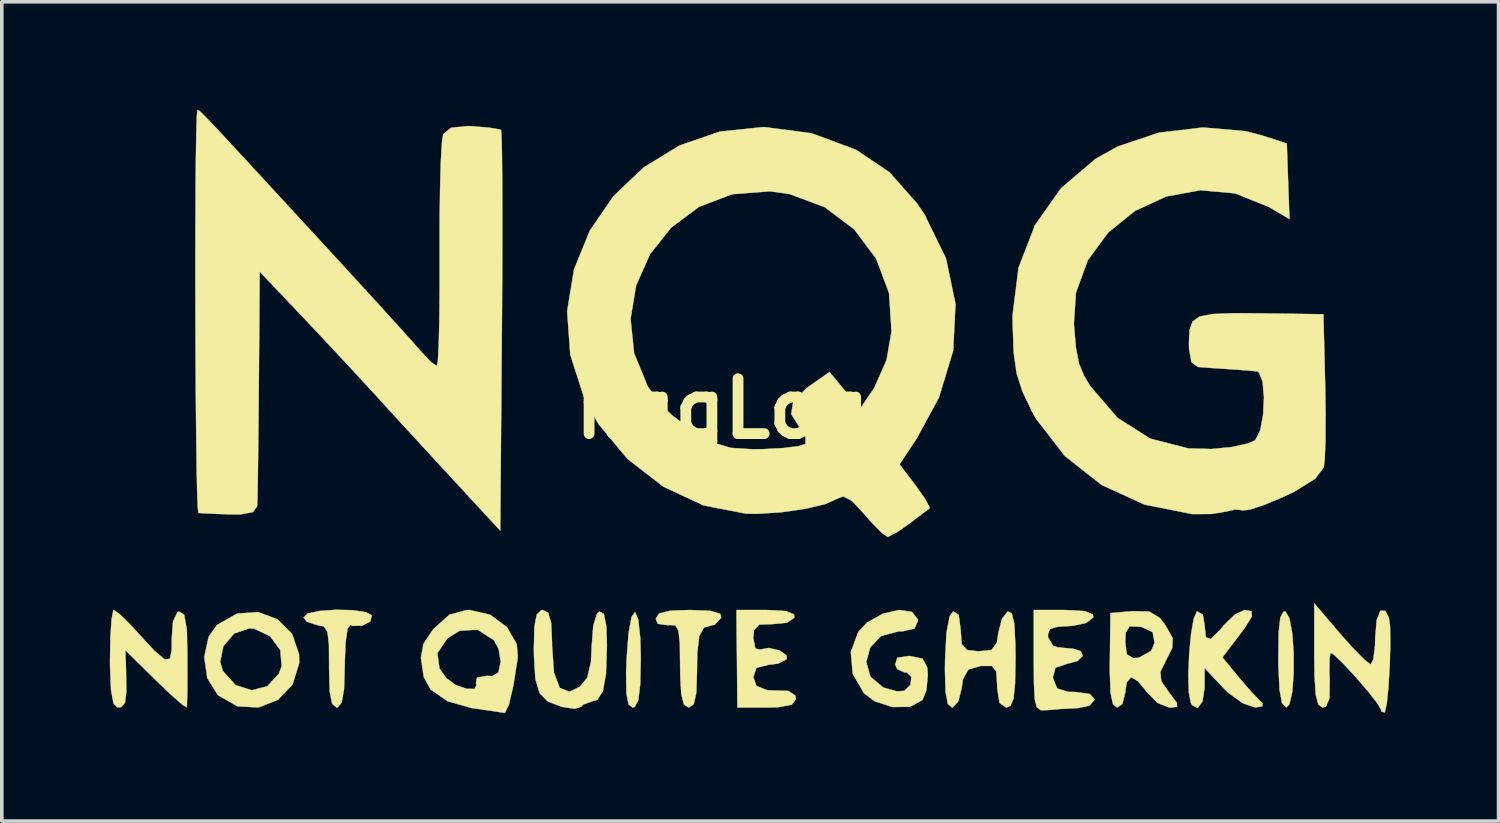
<source format=kicad_pcb>
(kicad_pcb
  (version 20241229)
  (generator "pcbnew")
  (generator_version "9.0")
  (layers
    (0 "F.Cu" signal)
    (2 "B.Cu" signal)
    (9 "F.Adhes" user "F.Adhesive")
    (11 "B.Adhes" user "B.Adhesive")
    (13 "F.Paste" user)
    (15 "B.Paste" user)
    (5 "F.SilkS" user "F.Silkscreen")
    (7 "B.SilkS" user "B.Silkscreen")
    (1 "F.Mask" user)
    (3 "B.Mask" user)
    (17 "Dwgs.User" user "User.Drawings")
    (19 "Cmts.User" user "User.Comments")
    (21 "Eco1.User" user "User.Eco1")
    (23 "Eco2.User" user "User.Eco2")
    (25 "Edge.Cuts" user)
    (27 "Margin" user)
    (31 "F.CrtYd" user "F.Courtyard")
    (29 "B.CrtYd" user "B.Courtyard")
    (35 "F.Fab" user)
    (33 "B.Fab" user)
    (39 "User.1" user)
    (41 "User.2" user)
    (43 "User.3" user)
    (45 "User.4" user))
  (footprint "nqgLogo"
    (layer "F.Cu")
    (at 17.7 8.302)
    (property "Reference" "nqgLogo" (at 0 0 0) (layer "F.SilkS") (effects (font (size 1.524 1.524) (thickness 0.3))))
    (attr through_hole)
    (fp_poly (pts (xy -3.027 5.846) (xy -2.969 6.371) (xy -2.955 6.941) (xy -2.972 7.664) (xy -3.025 8.095) (xy -3.123 8.281) (xy -3.179 8.297) (xy -3.294 8.21) (xy -3.353 7.913) (xy -3.362 7.355) (xy -3.351 6.999) (xy -3.295 6.228) (xy -3.209 5.777) (xy -3.114 5.648) (xy -3.027 5.846)) (stroke (width 0.01) (type solid)) (fill yes) (layer "F.SilkS"))
    (fp_poly (pts (xy 15.06 5.821) (xy 15.136 6.235) (xy 15.175 6.779) (xy 15.175 7.353) (xy 15.137 7.861) (xy 15.058 8.205) (xy 14.97 8.297) (xy 14.854 8.179) (xy 14.783 7.801) (xy 14.752 7.128) (xy 14.75 6.93) (xy 14.76 6.213) (xy 14.806 5.794) (xy 14.895 5.632) (xy 14.948 5.632) (xy 15.06 5.821)) (stroke (width 0.01) (type solid)) (fill yes) (layer "F.SilkS"))
    (fp_poly (pts (xy -1.024 5.612) (xy -0.751 5.692) (xy -0.72 5.8) (xy -0.902 5.997) (xy -0.974 6.011) (xy -1.199 6.075) (xy -1.33 6.308) (xy -1.387 6.771) (xy -1.394 7.277) (xy -1.412 7.878) (xy -1.483 8.2) (xy -1.62 8.297) (xy -1.625 8.297) (xy -1.757 8.212) (xy -1.832 7.918) (xy -1.861 7.36) (xy -1.863 7.122) (xy -1.871 6.506) (xy -1.908 6.16) (xy -1.997 6.016) (xy -2.157 6.004) (xy -2.201 6.011) (xy -2.484 5.971) (xy -2.54 5.832) (xy -2.447 5.684) (xy -2.131 5.608) (xy -1.595 5.588) (xy -1.024 5.612)) (stroke (width 0.01) (type solid)) (fill yes) (layer "F.SilkS"))
    (fp_poly (pts (xy -10.952 5.593) (xy -10.581 5.652) (xy -10.425 5.74) (xy -10.466 5.905) (xy -10.695 6.023) (xy -10.962 6.029) (xy -11.022 6.002) (xy -11.099 6.107) (xy -11.153 6.481) (xy -11.176 7.054) (xy -11.176 7.102) (xy -11.195 7.776) (xy -11.26 8.158) (xy -11.377 8.295) (xy -11.399 8.297) (xy -11.526 8.193) (xy -11.594 7.851) (xy -11.611 7.222) (xy -11.611 7.154) (xy -11.615 6.544) (xy -11.656 6.198) (xy -11.754 6.045) (xy -11.924 6.011) (xy -12.227 5.915) (xy -12.319 5.799) (xy -12.212 5.688) (xy -11.876 5.614) (xy -11.42 5.582) (xy -10.952 5.593)) (stroke (width 0.01) (type solid)) (fill yes) (layer "F.SilkS"))
    (fp_poly (pts (xy -13.046 5.846) (xy -12.64 6.249) (xy -12.445 6.819) (xy -12.441 7.061) (xy -12.626 7.659) (xy -13.031 8.082) (xy -13.57 8.294) (xy -14.155 8.263) (xy -14.7 7.952) (xy -14.7 7.952) (xy -14.993 7.479) (xy -15.059 7.025) (xy -14.637 7.025) (xy -14.564 7.28) (xy -14.205 7.676) (xy -13.76 7.816) (xy -13.327 7.706) (xy -13.004 7.355) (xy -12.928 7.148) (xy -12.967 6.698) (xy -13.25 6.316) (xy -13.685 6.108) (xy -13.823 6.096) (xy -14.247 6.239) (xy -14.544 6.588) (xy -14.637 7.025) (xy -15.059 7.025) (xy -15.078 6.892) (xy -14.954 6.327) (xy -14.726 6.006) (xy -14.168 5.688) (xy -13.581 5.647) (xy -13.046 5.846)) (stroke (width 0.01) (type solid)) (fill yes) (layer "F.SilkS"))
    (fp_poly (pts (xy 1.071 5.617) (xy 1.301 5.709) (xy 1.31 5.8) (xy 1.105 5.941) (xy 0.706 5.98) (xy 0.703 5.979) (xy 0.331 5.994) (xy 0.188 6.149) (xy 0.169 6.37) (xy 0.225 6.653) (xy 0.34 6.688) (xy 0.602 6.642) (xy 0.9 6.713) (xy 1.092 6.852) (xy 1.093 6.955) (xy 0.866 7.076) (xy 0.583 7.112) (xy 0.256 7.195) (xy 0.169 7.451) (xy 0.256 7.696) (xy 0.555 7.817) (xy 1.125 7.835) (xy 1.143 7.835) (xy 1.334 7.962) (xy 1.355 8.062) (xy 1.237 8.217) (xy 0.853 8.289) (xy 0.541 8.297) (xy -0.272 8.297) (xy -0.285 6.943) (xy -0.298 5.588) (xy 0.542 5.588) (xy 1.071 5.617)) (stroke (width 0.01) (type solid)) (fill yes) (layer "F.SilkS"))
    (fp_poly (pts (xy -5.524 5.667) (xy -5.445 5.948) (xy -5.419 6.493) (xy -5.419 6.583) (xy -5.366 7.327) (xy -5.206 7.751) (xy -4.937 7.858) (xy -4.647 7.719) (xy -4.439 7.463) (xy -4.339 7.031) (xy -4.318 6.591) (xy -4.274 6.015) (xy -4.165 5.681) (xy -4.102 5.629) (xy -3.978 5.7) (xy -3.911 6.043) (xy -3.895 6.576) (xy -3.921 7.356) (xy -4.007 7.844) (xy -4.165 8.084) (xy -4.322 8.128) (xy -4.565 8.219) (xy -4.6 8.27) (xy -4.783 8.331) (xy -5.144 8.279) (xy -5.15 8.277) (xy -5.534 8.13) (xy -5.766 7.896) (xy -5.883 7.497) (xy -5.922 6.858) (xy -5.924 6.646) (xy -5.908 6.043) (xy -5.844 5.713) (xy -5.719 5.593) (xy -5.673 5.588) (xy -5.524 5.667)) (stroke (width 0.01) (type solid)) (fill yes) (layer "F.SilkS"))
    (fp_poly (pts (xy 9.364 5.618) (xy 9.602 5.713) (xy 9.612 5.794) (xy 9.411 5.949) (xy 9.047 6.026) (xy 8.607 6.056) (xy 8.409 6.115) (xy 8.356 6.248) (xy 8.354 6.35) (xy 8.492 6.582) (xy 8.622 6.624) (xy 9.065 6.667) (xy 9.265 6.733) (xy 9.316 6.853) (xy 9.317 6.858) (xy 9.177 7.002) (xy 8.885 7.082) (xy 8.562 7.189) (xy 8.492 7.448) (xy 8.499 7.505) (xy 8.609 7.767) (xy 8.903 7.861) (xy 9.102 7.865) (xy 9.514 7.919) (xy 9.652 8.076) (xy 9.504 8.244) (xy 9.186 8.311) (xy 8.678 8.338) (xy 8.34 8.368) (xy 8.154 8.371) (xy 8.041 8.286) (xy 7.983 8.048) (xy 7.962 7.591) (xy 7.959 6.999) (xy 7.959 5.588) (xy 8.819 5.588) (xy 9.364 5.618)) (stroke (width 0.01) (type solid)) (fill yes) (layer "F.SilkS"))
    (fp_poly (pts (xy 14.006 5.623) (xy 14.015 5.766) (xy 13.825 6.075) (xy 13.626 6.342) (xy 13.197 6.904) (xy 13.666 7.474) (xy 13.994 7.855) (xy 14.252 8.122) (xy 14.306 8.168) (xy 14.305 8.263) (xy 14.106 8.295) (xy 13.764 8.178) (xy 13.355 7.882) (xy 13.217 7.747) (xy 12.702 7.197) (xy 12.701 7.747) (xy 12.643 8.13) (xy 12.509 8.309) (xy 12.351 8.225) (xy 12.321 8.17) (xy 12.264 7.873) (xy 12.251 7.386) (xy 12.274 6.814) (xy 12.326 6.262) (xy 12.399 5.833) (xy 12.488 5.631) (xy 12.494 5.629) (xy 12.654 5.714) (xy 12.7 5.997) (xy 12.737 6.344) (xy 12.869 6.395) (xy 13.126 6.149) (xy 13.238 6.011) (xy 13.543 5.714) (xy 13.811 5.588) (xy 13.813 5.588) (xy 14.006 5.623)) (stroke (width 0.01) (type solid)) (fill yes) (layer "F.SilkS"))
    (fp_poly (pts (xy -17.425 5.704) (xy -17.123 6.001) (xy -16.911 6.233) (xy -16.457 6.726) (xy -16.176 6.96) (xy -16.029 6.942) (xy -15.979 6.679) (xy -15.981 6.403) (xy -15.946 5.905) (xy -15.819 5.645) (xy -15.79 5.63) (xy -15.634 5.72) (xy -15.563 6.128) (xy -15.559 6.209) (xy -15.549 6.74) (xy -15.546 7.326) (xy -15.549 7.856) (xy -15.558 8.214) (xy -15.565 8.291) (xy -15.681 8.221) (xy -15.975 7.965) (xy -16.384 7.576) (xy -16.424 7.537) (xy -17.269 6.704) (xy -17.249 7.289) (xy -17.241 7.857) (xy -17.28 8.163) (xy -17.383 8.283) (xy -17.484 8.297) (xy -17.599 8.181) (xy -17.667 7.808) (xy -17.695 7.143) (xy -17.695 6.943) (xy -17.683 6.314) (xy -17.651 5.84) (xy -17.604 5.602) (xy -17.589 5.588) (xy -17.425 5.704)) (stroke (width 0.01) (type solid)) (fill yes) (layer "F.SilkS"))
    (fp_poly (pts (xy 4.572 5.639) (xy 4.739 5.846) (xy 4.741 5.886) (xy 4.646 6.103) (xy 4.314 6.18) (xy 4.198 6.182) (xy 3.722 6.308) (xy 3.416 6.625) (xy 3.307 7.034) (xy 3.421 7.44) (xy 3.782 7.743) (xy 4.155 7.845) (xy 4.36 7.834) (xy 4.535 7.667) (xy 4.559 7.443) (xy 4.429 7.32) (xy 4.37 7.324) (xy 4.164 7.226) (xy 4.111 7.106) (xy 4.167 6.914) (xy 4.49 6.866) (xy 4.524 6.867) (xy 4.868 6.938) (xy 4.999 7.181) (xy 5.017 7.381) (xy 4.978 7.812) (xy 4.869 8.086) (xy 4.525 8.275) (xy 4.039 8.283) (xy 3.544 8.124) (xy 3.247 7.905) (xy 2.931 7.36) (xy 2.878 6.754) (xy 3.084 6.198) (xy 3.325 5.939) (xy 3.769 5.69) (xy 4.217 5.589) (xy 4.572 5.639)) (stroke (width 0.01) (type solid)) (fill yes) (layer "F.SilkS"))
    (fp_poly (pts (xy 16.468 6.247) (xy 16.854 6.679) (xy 17.161 6.987) (xy 17.314 7.1) (xy 17.39 6.956) (xy 17.435 6.579) (xy 17.441 6.35) (xy 17.482 5.867) (xy 17.585 5.607) (xy 17.721 5.614) (xy 17.821 5.8) (xy 17.854 6.072) (xy 17.86 6.553) (xy 17.844 7.134) (xy 17.809 7.711) (xy 17.763 8.176) (xy 17.708 8.423) (xy 17.7 8.434) (xy 17.612 8.404) (xy 17.609 8.368) (xy 17.504 8.184) (xy 17.243 7.851) (xy 16.903 7.456) (xy 16.563 7.088) (xy 16.301 6.835) (xy 16.204 6.773) (xy 16.172 6.925) (xy 16.169 7.307) (xy 16.177 7.535) (xy 16.17 8.041) (xy 16.073 8.27) (xy 15.982 8.297) (xy 15.863 8.218) (xy 15.79 7.947) (xy 15.755 7.429) (xy 15.748 6.852) (xy 15.748 5.406) (xy 16.468 6.247)) (stroke (width 0.01) (type solid)) (fill yes) (layer "F.SilkS"))
    (fp_poly (pts (xy 5.873 5.722) (xy 5.927 6.128) (xy 5.927 6.141) (xy 5.958 6.536) (xy 6.111 6.699) (xy 6.425 6.736) (xy 6.78 6.701) (xy 6.932 6.498) (xy 6.975 6.224) (xy 7.073 5.835) (xy 7.236 5.63) (xy 7.239 5.629) (xy 7.35 5.686) (xy 7.417 5.974) (xy 7.447 6.536) (xy 7.451 6.929) (xy 7.439 7.628) (xy 7.396 8.049) (xy 7.311 8.252) (xy 7.197 8.297) (xy 7.01 8.171) (xy 6.943 7.767) (xy 6.943 7.693) (xy 6.918 7.294) (xy 6.794 7.141) (xy 6.491 7.142) (xy 6.477 7.143) (xy 6.142 7.241) (xy 5.994 7.504) (xy 5.958 7.747) (xy 5.863 8.126) (xy 5.702 8.296) (xy 5.689 8.297) (xy 5.572 8.195) (xy 5.509 7.857) (xy 5.491 7.24) (xy 5.494 6.997) (xy 5.534 6.224) (xy 5.623 5.762) (xy 5.721 5.628) (xy 5.873 5.722)) (stroke (width 0.01) (type solid)) (fill yes) (layer "F.SilkS"))
    (fp_poly (pts (xy 11.168 5.632) (xy 11.464 5.813) (xy 11.622 6.023) (xy 11.813 6.367) (xy 11.805 6.639) (xy 11.645 6.956) (xy 11.473 7.311) (xy 11.5 7.567) (xy 11.708 7.867) (xy 11.929 8.162) (xy 11.939 8.277) (xy 11.741 8.297) (xy 11.716 8.297) (xy 11.389 8.165) (xy 11.107 7.874) (xy 10.859 7.572) (xy 10.664 7.451) (xy 10.54 7.596) (xy 10.499 7.874) (xy 10.422 8.195) (xy 10.276 8.297) (xy 10.158 8.203) (xy 10.091 7.886) (xy 10.069 7.3) (xy 10.071 6.985) (xy 10.078 6.47) (xy 10.499 6.47) (xy 10.54 6.819) (xy 10.717 6.924) (xy 10.88 6.912) (xy 11.221 6.722) (xy 11.312 6.498) (xy 11.261 6.203) (xy 10.95 6.06) (xy 10.931 6.056) (xy 10.625 6.039) (xy 10.512 6.212) (xy 10.499 6.47) (xy 10.078 6.47) (xy 10.088 5.673) (xy 10.706 5.621) (xy 11.168 5.632)) (stroke (width 0.01) (type solid)) (fill yes) (layer "F.SilkS"))
    (fp_poly (pts (xy -7.137 5.721) (xy -6.671 6.065) (xy -6.399 6.538) (xy -6.37 6.903) (xy -6.494 7.686) (xy -6.615 8.209) (xy -6.724 8.437) (xy -6.75 8.444) (xy -6.969 8.409) (xy -7.401 8.346) (xy -7.661 8.309) (xy -8.32 8.122) (xy -8.79 7.797) (xy -8.982 7.451) (xy -9.061 6.907) (xy -9.038 6.785) (xy -8.604 6.785) (xy -8.545 7.214) (xy -8.356 7.48) (xy -8.095 7.671) (xy -7.796 7.777) (xy -7.567 7.78) (xy -7.514 7.662) (xy -7.535 7.62) (xy -7.502 7.467) (xy -7.221 7.415) (xy -7.08 7.427) (xy -6.907 7.321) (xy -6.846 7.023) (xy -6.902 6.667) (xy -7.038 6.423) (xy -7.491 6.135) (xy -7.991 6.165) (xy -8.326 6.376) (xy -8.604 6.785) (xy -9.038 6.785) (xy -8.988 6.523) (xy -8.732 6.14) (xy -8.703 6.106) (xy -8.271 5.719) (xy -7.79 5.59) (xy -7.713 5.588) (xy -7.137 5.721)) (stroke (width 0.01) (type solid)) (fill yes) (layer "F.SilkS"))
    (fp_poly (pts (xy -15.237 -8.289) (xy -15.179 -8.243) (xy -15.062 -8.129) (xy -14.857 -7.915) (xy -14.534 -7.57) (xy -14.065 -7.063) (xy -13.418 -6.362) (xy -12.765 -5.654) (xy -11.684 -4.48) (xy -10.813 -3.531) (xy -10.131 -2.786) (xy -9.619 -2.222) (xy -9.256 -1.816) (xy -9.054 -1.586) (xy -8.787 -1.306) (xy -8.619 -1.185) (xy -8.617 -1.185) (xy -8.589 -1.346) (xy -8.565 -1.792) (xy -8.549 -2.47) (xy -8.541 -3.328) (xy -8.541 -4.276) (xy -8.541 -5.279) (xy -8.528 -6.175) (xy -8.506 -6.906) (xy -8.475 -7.411) (xy -8.442 -7.626) (xy -8.224 -7.804) (xy -7.755 -7.851) (xy -7.614 -7.845) (xy -7.159 -7.806) (xy -6.873 -7.756) (xy -6.836 -7.739) (xy -6.821 -7.559) (xy -6.81 -7.082) (xy -6.803 -6.346) (xy -6.8 -5.393) (xy -6.801 -4.262) (xy -6.807 -2.995) (xy -6.813 -2.145) (xy -6.858 3.383) (xy -8.07 2.072) (xy -8.72 1.367) (xy -9.422 0.604) (xy -10.057 -0.089) (xy -10.271 -0.324) (xy -10.868 -0.973) (xy -11.57 -1.728) (xy -12.247 -2.448) (xy -12.4 -2.61) (xy -13.539 -3.81) (xy -13.562 -0.677) (xy -13.571 0.332) (xy -13.581 1.234) (xy -13.591 1.97) (xy -13.6 2.481) (xy -13.609 2.706) (xy -13.726 2.869) (xy -14.078 2.933) (xy -14.393 2.932) (xy -14.87 2.913) (xy -15.185 2.897) (xy -15.24 2.892) (xy -15.259 2.728) (xy -15.276 2.274) (xy -15.29 1.577) (xy -15.302 0.687) (xy -15.312 -0.349) (xy -15.319 -1.483) (xy -15.323 -2.666) (xy -15.325 -3.851) (xy -15.323 -4.989) (xy -15.318 -6.032) (xy -15.311 -6.933) (xy -15.299 -7.642) (xy -15.285 -8.113) (xy -15.267 -8.296) (xy -15.266 -8.297) (xy -15.237 -8.289)) (stroke (width 0.01) (type solid)) (fill yes) (layer "F.SilkS"))
    (fp_poly (pts (xy 13.84 -7.71) (xy 14.309 -7.587) (xy 14.986 -7.365) (xy 15.022 -6.316) (xy 15.059 -5.268) (xy 14.491 -5.603) (xy 13.551 -5.982) (xy 12.583 -6.069) (xy 11.637 -5.896) (xy 10.767 -5.494) (xy 10.024 -4.894) (xy 9.461 -4.129) (xy 9.13 -3.228) (xy 9.072 -2.353) (xy 9.129 -1.699) (xy 9.213 -1.261) (xy 9.355 -0.915) (xy 9.53 -0.626) (xy 10.282 0.251) (xy 11.191 0.828) (xy 12.246 1.1) (xy 12.893 1.118) (xy 13.468 1.061) (xy 13.925 0.959) (xy 14.106 0.874) (xy 14.243 0.614) (xy 14.326 0.179) (xy 14.351 -0.313) (xy 14.314 -0.748) (xy 14.214 -1.01) (xy 14.159 -1.04) (xy 13.871 -1.066) (xy 13.423 -1.098) (xy 13.377 -1.101) (xy 12.896 -1.132) (xy 12.536 -1.16) (xy 12.522 -1.161) (xy 12.339 -1.289) (xy 12.27 -1.666) (xy 12.268 -1.855) (xy 12.286 -2.191) (xy 12.366 -2.42) (xy 12.563 -2.561) (xy 12.931 -2.632) (xy 13.524 -2.655) (xy 14.398 -2.649) (xy 14.478 -2.647) (xy 16.002 -2.625) (xy 16.051 -0.677) (xy 16.063 0.134) (xy 16.059 0.848) (xy 16.04 1.379) (xy 16.012 1.627) (xy 15.771 1.944) (xy 15.198 2.3) (xy 14.891 2.446) (xy 14.358 2.668) (xy 13.955 2.802) (xy 13.77 2.82) (xy 13.559 2.796) (xy 13.318 2.851) (xy 12.895 2.921) (xy 12.376 2.925) (xy 12.361 2.924) (xy 11.035 2.661) (xy 9.838 2.113) (xy 8.819 1.309) (xy 8.024 0.281) (xy 7.914 0.085) (xy 7.647 -0.471) (xy 7.482 -0.985) (xy 7.399 -1.573) (xy 7.373 -2.349) (xy 7.373 -2.625) (xy 7.535 -3.918) (xy 7.993 -5.101) (xy 8.716 -6.125) (xy 9.674 -6.941) (xy 10.284 -7.282) (xy 11.429 -7.666) (xy 12.655 -7.812) (xy 13.84 -7.71)) (stroke (width 0.01) (type solid)) (fill yes) (layer "F.SilkS"))
    (fp_poly (pts (xy 1.741 -7.657) (xy 1.863 -7.625) (xy 3.02 -7.194) (xy 3.946 -6.571) (xy 4.721 -5.698) (xy 4.922 -5.401) (xy 5.519 -4.181) (xy 5.785 -2.914) (xy 5.721 -1.618) (xy 5.327 -0.315) (xy 4.713 0.814) (xy 4.231 1.544) (xy 4.679 2.131) (xy 4.936 2.496) (xy 5.062 2.73) (xy 5.061 2.767) (xy 4.895 2.892) (xy 4.572 3.136) (xy 4.507 3.186) (xy 4.153 3.431) (xy 3.917 3.553) (xy 3.897 3.556) (xy 3.727 3.437) (xy 3.432 3.134) (xy 3.257 2.931) (xy 2.906 2.555) (xy 2.666 2.432) (xy 2.512 2.492) (xy 2.174 2.644) (xy 1.611 2.778) (xy 0.937 2.875) (xy 0.265 2.918) (xy -0.039 2.912) (xy -1.214 2.683) (xy -2.331 2.161) (xy -3.325 1.392) (xy -4.134 0.419) (xy -4.518 -0.273) (xy -4.913 -1.498) (xy -4.985 -2.495) (xy -3.239 -2.495) (xy -3.14 -1.541) (xy -2.76 -0.617) (xy -2.391 -0.101) (xy -2.085 0.182) (xy -1.626 0.528) (xy -1.398 0.682) (xy -0.917 0.95) (xy -0.456 1.085) (xy 0.136 1.124) (xy 0.409 1.122) (xy 0.99 1.092) (xy 1.431 1.037) (xy 1.622 0.975) (xy 1.619 0.772) (xy 1.467 0.538) (xy 1.223 0.147) (xy 1.278 -0.203) (xy 1.646 -0.571) (xy 1.739 -0.638) (xy 2.286 -1.022) (xy 2.709 -0.51) (xy 3.133 0.002) (xy 3.529 -0.582) (xy 3.872 -1.357) (xy 4.008 -2.149) (xy 3.94 -3.211) (xy 3.58 -4.172) (xy 2.971 -4.984) (xy 2.154 -5.598) (xy 1.174 -5.964) (xy 0.628 -6.04) (xy -0.421 -5.958) (xy -1.342 -5.606) (xy -2.11 -5.033) (xy -2.699 -4.291) (xy -3.084 -3.428) (xy -3.239 -2.495) (xy -4.985 -2.495) (xy -5 -2.708) (xy -4.81 -3.868) (xy -4.372 -4.944) (xy -3.718 -5.899) (xy -2.878 -6.7) (xy -1.881 -7.311) (xy -0.759 -7.698) (xy 0.458 -7.825) (xy 1.741 -7.657)) (stroke (width 0.01) (type solid)) (fill yes) (layer "F.SilkS")))
  (gr_rect
    (start -3 -3)
    (end 38.566 19.751)
    (stroke (width 0.1) (type default))
    (fill no)
    (layer "Edge.Cuts")))
</source>
